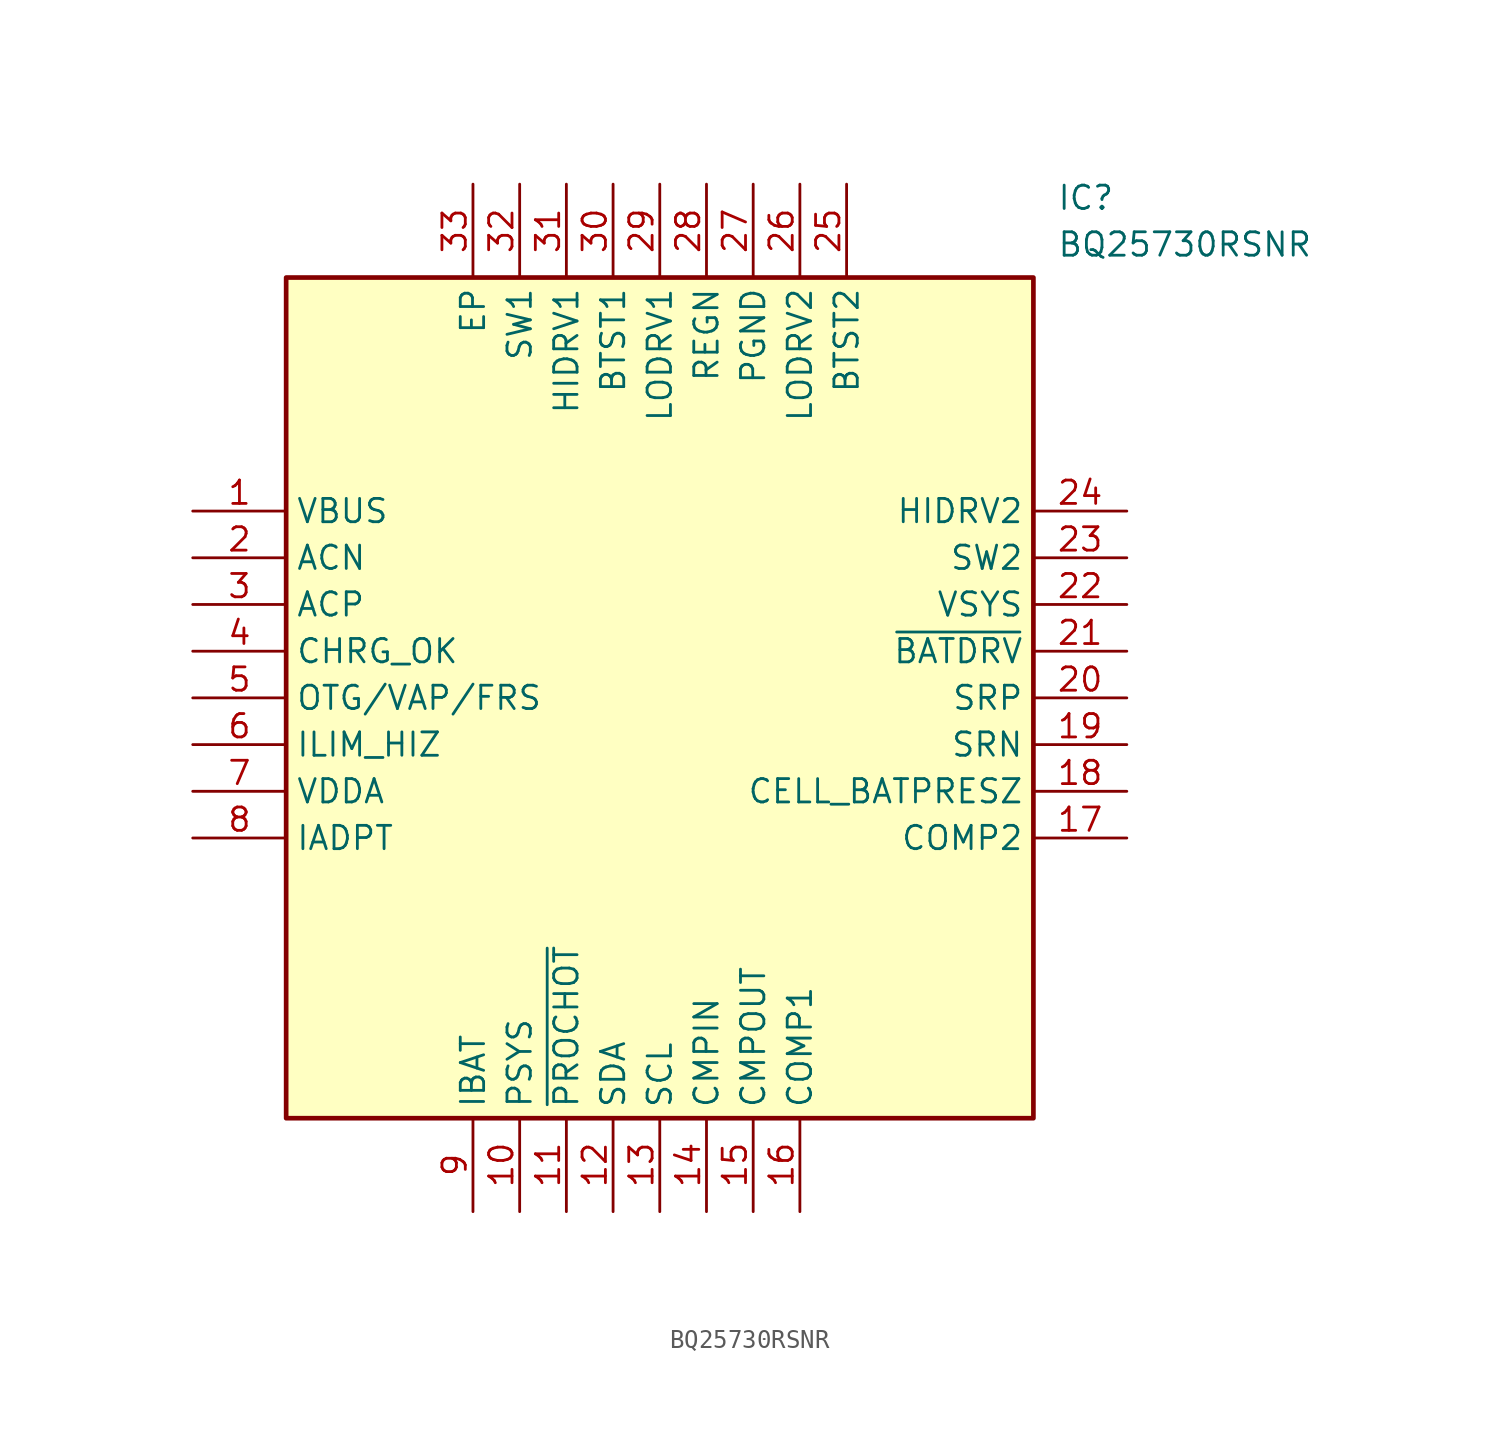
<source format=kicad_sym>
(kicad_symbol_lib
  (version 20220914)
  (generator kicad_symbol_editor)
  (symbol "BQ25730RSNR"
    (property "Reference" "IC"
      (at 46.99 17.78 0)
      (effects (font (size 1.27 1.27)) (justify left top)))
    (property "Value" "BQ25730RSNR"
      (at 46.99 15.24 0)
      (effects (font (size 1.27 1.27)) (justify left top)))
    (symbol "BQ25730RSNR_1_1"
      (rectangle (start 5.08 12.7) (end 45.72 -33.02) (stroke (width 0.254) (type default)) (fill (type background)))
      (pin passive line (at 0 0 0) (length 5.08) (name "VBUS" (effects (font (size 1.27 1.27)))) (number "1" (effects (font (size 1.27 1.27)))))
      (pin passive line (at 17.78 -38.1 90) (length 5.08) (name "PSYS" (effects (font (size 1.27 1.27)))) (number "10" (effects (font (size 1.27 1.27)))))
      (pin passive line (at 20.32 -38.1 90) (length 5.08) (name "~{PROCHOT}" (effects (font (size 1.27 1.27)))) (number "11" (effects (font (size 1.27 1.27)))))
      (pin passive line (at 22.86 -38.1 90) (length 5.08) (name "SDA" (effects (font (size 1.27 1.27)))) (number "12" (effects (font (size 1.27 1.27)))))
      (pin passive line (at 25.4 -38.1 90) (length 5.08) (name "SCL" (effects (font (size 1.27 1.27)))) (number "13" (effects (font (size 1.27 1.27)))))
      (pin passive line (at 27.94 -38.1 90) (length 5.08) (name "CMPIN" (effects (font (size 1.27 1.27)))) (number "14" (effects (font (size 1.27 1.27)))))
      (pin passive line (at 30.48 -38.1 90) (length 5.08) (name "CMPOUT" (effects (font (size 1.27 1.27)))) (number "15" (effects (font (size 1.27 1.27)))))
      (pin passive line (at 33.02 -38.1 90) (length 5.08) (name "COMP1" (effects (font (size 1.27 1.27)))) (number "16" (effects (font (size 1.27 1.27)))))
      (pin passive line (at 50.8 -17.78 180) (length 5.08) (name "COMP2" (effects (font (size 1.27 1.27)))) (number "17" (effects (font (size 1.27 1.27)))))
      (pin passive line (at 50.8 -15.24 180) (length 5.08) (name "CELL_BATPRESZ" (effects (font (size 1.27 1.27)))) (number "18" (effects (font (size 1.27 1.27)))))
      (pin passive line (at 50.8 -12.7 180) (length 5.08) (name "SRN" (effects (font (size 1.27 1.27)))) (number "19" (effects (font (size 1.27 1.27)))))
      (pin passive line (at 0 -2.54 0) (length 5.08) (name "ACN" (effects (font (size 1.27 1.27)))) (number "2" (effects (font (size 1.27 1.27)))))
      (pin passive line (at 50.8 -10.16 180) (length 5.08) (name "SRP" (effects (font (size 1.27 1.27)))) (number "20" (effects (font (size 1.27 1.27)))))
      (pin passive line (at 50.8 -7.62 180) (length 5.08) (name "~{BATDRV}" (effects (font (size 1.27 1.27)))) (number "21" (effects (font (size 1.27 1.27)))))
      (pin passive line (at 50.8 -5.08 180) (length 5.08) (name "VSYS" (effects (font (size 1.27 1.27)))) (number "22" (effects (font (size 1.27 1.27)))))
      (pin passive line (at 50.8 -2.54 180) (length 5.08) (name "SW2" (effects (font (size 1.27 1.27)))) (number "23" (effects (font (size 1.27 1.27)))))
      (pin passive line (at 50.8 0 180) (length 5.08) (name "HIDRV2" (effects (font (size 1.27 1.27)))) (number "24" (effects (font (size 1.27 1.27)))))
      (pin passive line (at 35.56 17.78 270) (length 5.08) (name "BTST2" (effects (font (size 1.27 1.27)))) (number "25" (effects (font (size 1.27 1.27)))))
      (pin passive line (at 33.02 17.78 270) (length 5.08) (name "LODRV2" (effects (font (size 1.27 1.27)))) (number "26" (effects (font (size 1.27 1.27)))))
      (pin passive line (at 30.48 17.78 270) (length 5.08) (name "PGND" (effects (font (size 1.27 1.27)))) (number "27" (effects (font (size 1.27 1.27)))))
      (pin passive line (at 27.94 17.78 270) (length 5.08) (name "REGN" (effects (font (size 1.27 1.27)))) (number "28" (effects (font (size 1.27 1.27)))))
      (pin passive line (at 25.4 17.78 270) (length 5.08) (name "LODRV1" (effects (font (size 1.27 1.27)))) (number "29" (effects (font (size 1.27 1.27)))))
      (pin passive line (at 0 -5.08 0) (length 5.08) (name "ACP" (effects (font (size 1.27 1.27)))) (number "3" (effects (font (size 1.27 1.27)))))
      (pin passive line (at 22.86 17.78 270) (length 5.08) (name "BTST1" (effects (font (size 1.27 1.27)))) (number "30" (effects (font (size 1.27 1.27)))))
      (pin passive line (at 20.32 17.78 270) (length 5.08) (name "HIDRV1" (effects (font (size 1.27 1.27)))) (number "31" (effects (font (size 1.27 1.27)))))
      (pin passive line (at 17.78 17.78 270) (length 5.08) (name "SW1" (effects (font (size 1.27 1.27)))) (number "32" (effects (font (size 1.27 1.27)))))
      (pin passive line (at 15.24 17.78 270) (length 5.08) (name "EP" (effects (font (size 1.27 1.27)))) (number "33" (effects (font (size 1.27 1.27)))))
      (pin passive line (at 0 -7.62 0) (length 5.08) (name "CHRG_OK" (effects (font (size 1.27 1.27)))) (number "4" (effects (font (size 1.27 1.27)))))
      (pin passive line (at 0 -10.16 0) (length 5.08) (name "OTG/VAP/FRS" (effects (font (size 1.27 1.27)))) (number "5" (effects (font (size 1.27 1.27)))))
      (pin passive line (at 0 -12.7 0) (length 5.08) (name "ILIM_HIZ" (effects (font (size 1.27 1.27)))) (number "6" (effects (font (size 1.27 1.27)))))
      (pin passive line (at 0 -15.24 0) (length 5.08) (name "VDDA" (effects (font (size 1.27 1.27)))) (number "7" (effects (font (size 1.27 1.27)))))
      (pin passive line (at 0 -17.78 0) (length 5.08) (name "IADPT" (effects (font (size 1.27 1.27)))) (number "8" (effects (font (size 1.27 1.27)))))
      (pin passive line (at 15.24 -38.1 90) (length 5.08) (name "IBAT" (effects (font (size 1.27 1.27)))) (number "9" (effects (font (size 1.27 1.27))))))))
</source>
